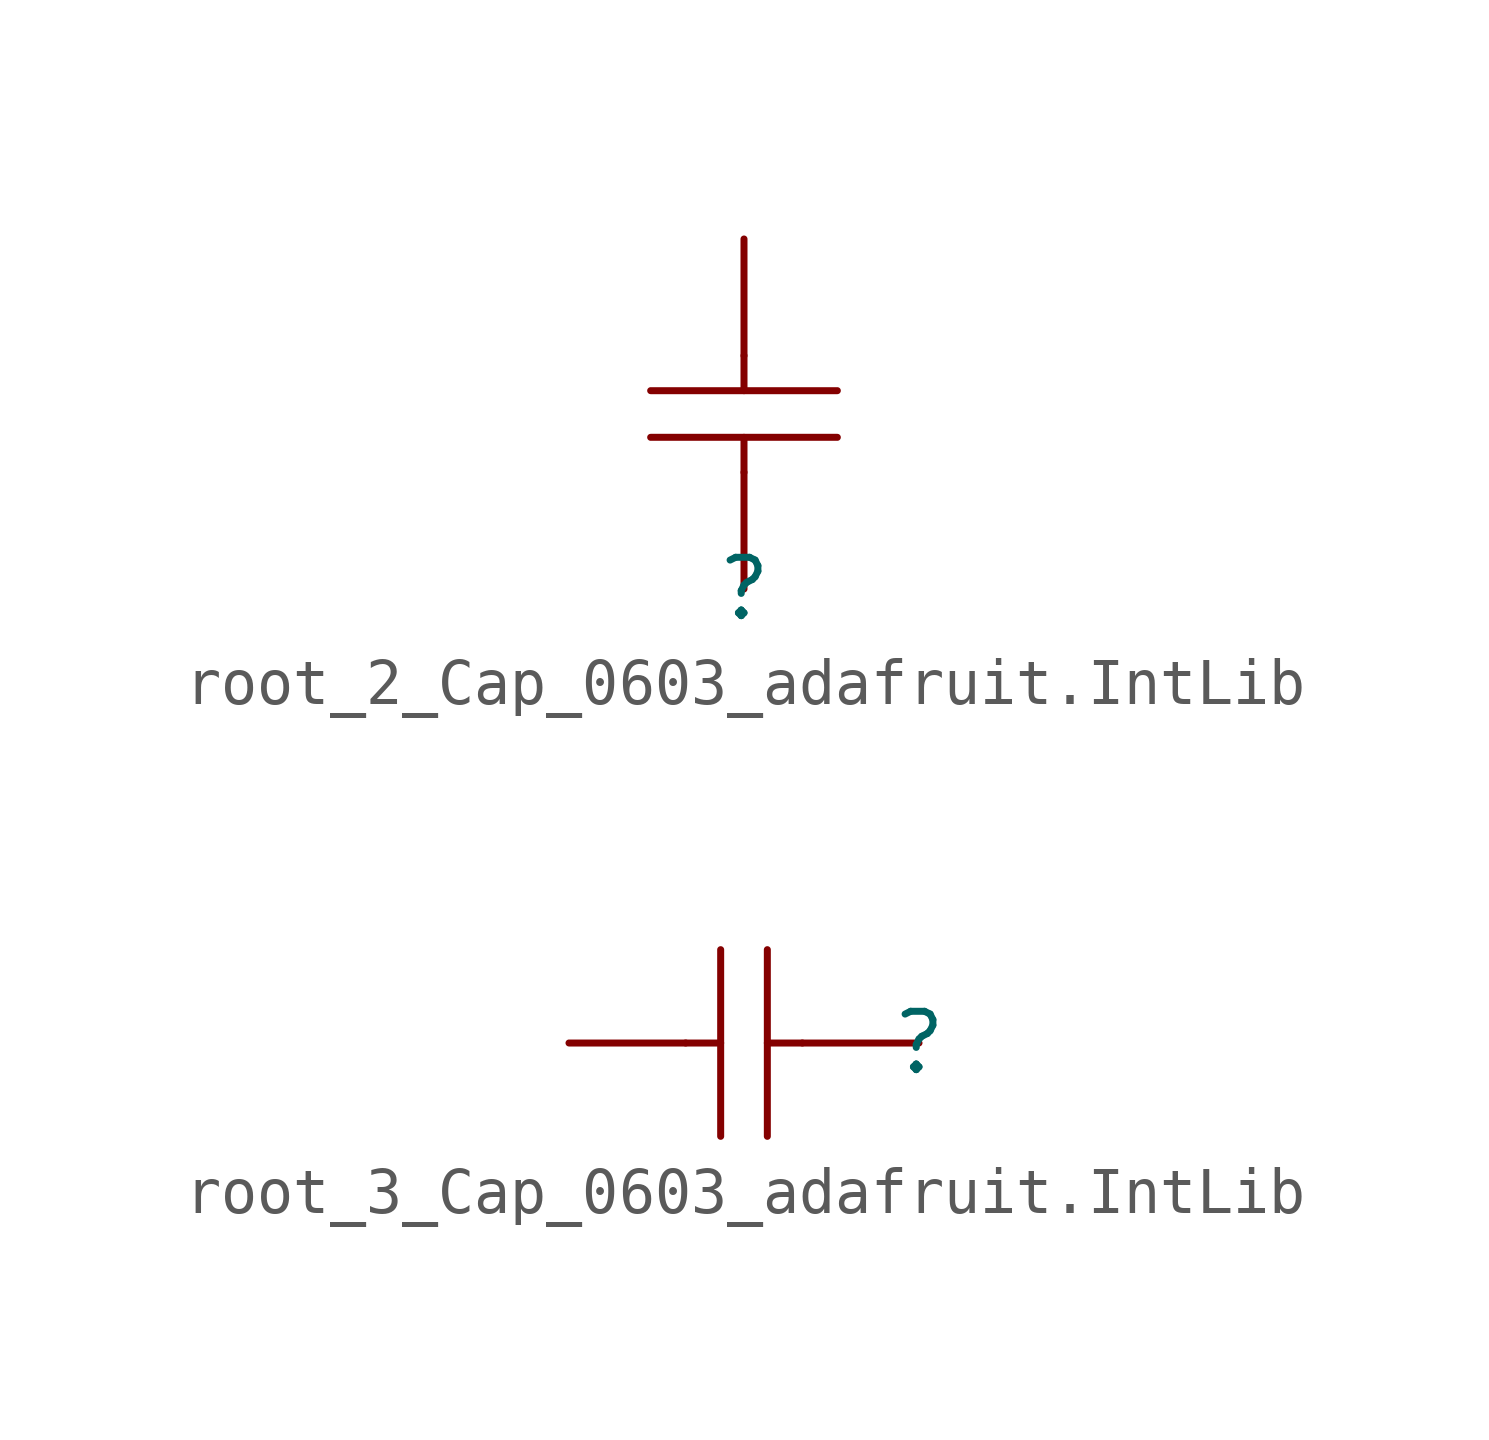
<source format=kicad_sym>
(kicad_symbol_lib
  (version 20241209)
  (generator "kicad_symbol_editor")
  (generator_version "9.0")
  (symbol "root_2_Cap_0603_adafruit.IntLib"
    (pin_numbers
      (hide yes))
    (pin_names
      (hide yes))
    (property "Reference" ""
      (at 0 0 0)
      (effects (font (size 1.27 1.27))))
    (property "Value" ""
      (at 0 0 0)
      (effects (font (size 1.27 1.27))))
    (symbol "root_2_Cap_0603_adafruit.IntLib_1_0"
      (polyline (pts (xy -2.032 4.318) (xy 2.032 4.318)) (stroke (width 0) (type solid)) (fill (type none)))
      (polyline (pts (xy 0 5.08) (xy 0 4.318)) (stroke (width 0) (type solid)) (fill (type none)))
      (polyline (pts (xy 0 2.54) (xy 0 3.302)) (stroke (width 0) (type solid)) (fill (type none)))
      (polyline (pts (xy 2.032 3.302) (xy -2.032 3.302)) (stroke (width 0) (type solid)) (fill (type none)))
      (pin passive line (at 0 7.62 270) (length 2.54) (name "2" (effects (font (size 1.27 1.27)))) (number "2" (effects (font (size 1.27 1.27)))))
      (pin passive line (at 0 0 90) (length 2.54) (name "1" (effects (font (size 1.27 1.27)))) (number "1" (effects (font (size 1.27 1.27)))))))
  (symbol "root_3_Cap_0603_adafruit.IntLib"
    (pin_numbers
      (hide yes))
    (pin_names
      (hide yes))
    (property "Reference" ""
      (at 0 0 0)
      (effects (font (size 1.27 1.27))))
    (property "Value" ""
      (at 0 0 0)
      (effects (font (size 1.27 1.27))))
    (symbol "root_3_Cap_0603_adafruit.IntLib_1_0"
      (polyline (pts (xy -5.08 0) (xy -4.318 0)) (stroke (width 0) (type solid)) (fill (type none)))
      (polyline (pts (xy -4.318 -2.032) (xy -4.318 2.032)) (stroke (width 0) (type solid)) (fill (type none)))
      (polyline (pts (xy -3.302 2.032) (xy -3.302 -2.032)) (stroke (width 0) (type solid)) (fill (type none)))
      (polyline (pts (xy -2.54 0) (xy -3.302 0)) (stroke (width 0) (type solid)) (fill (type none)))
      (pin passive line (at -7.62 0 0) (length 2.54) (name "2" (effects (font (size 1.27 1.27)))) (number "2" (effects (font (size 1.27 1.27)))))
      (pin passive line (at 0 0 180) (length 2.54) (name "1" (effects (font (size 1.27 1.27)))) (number "1" (effects (font (size 1.27 1.27))))))))
</source>
